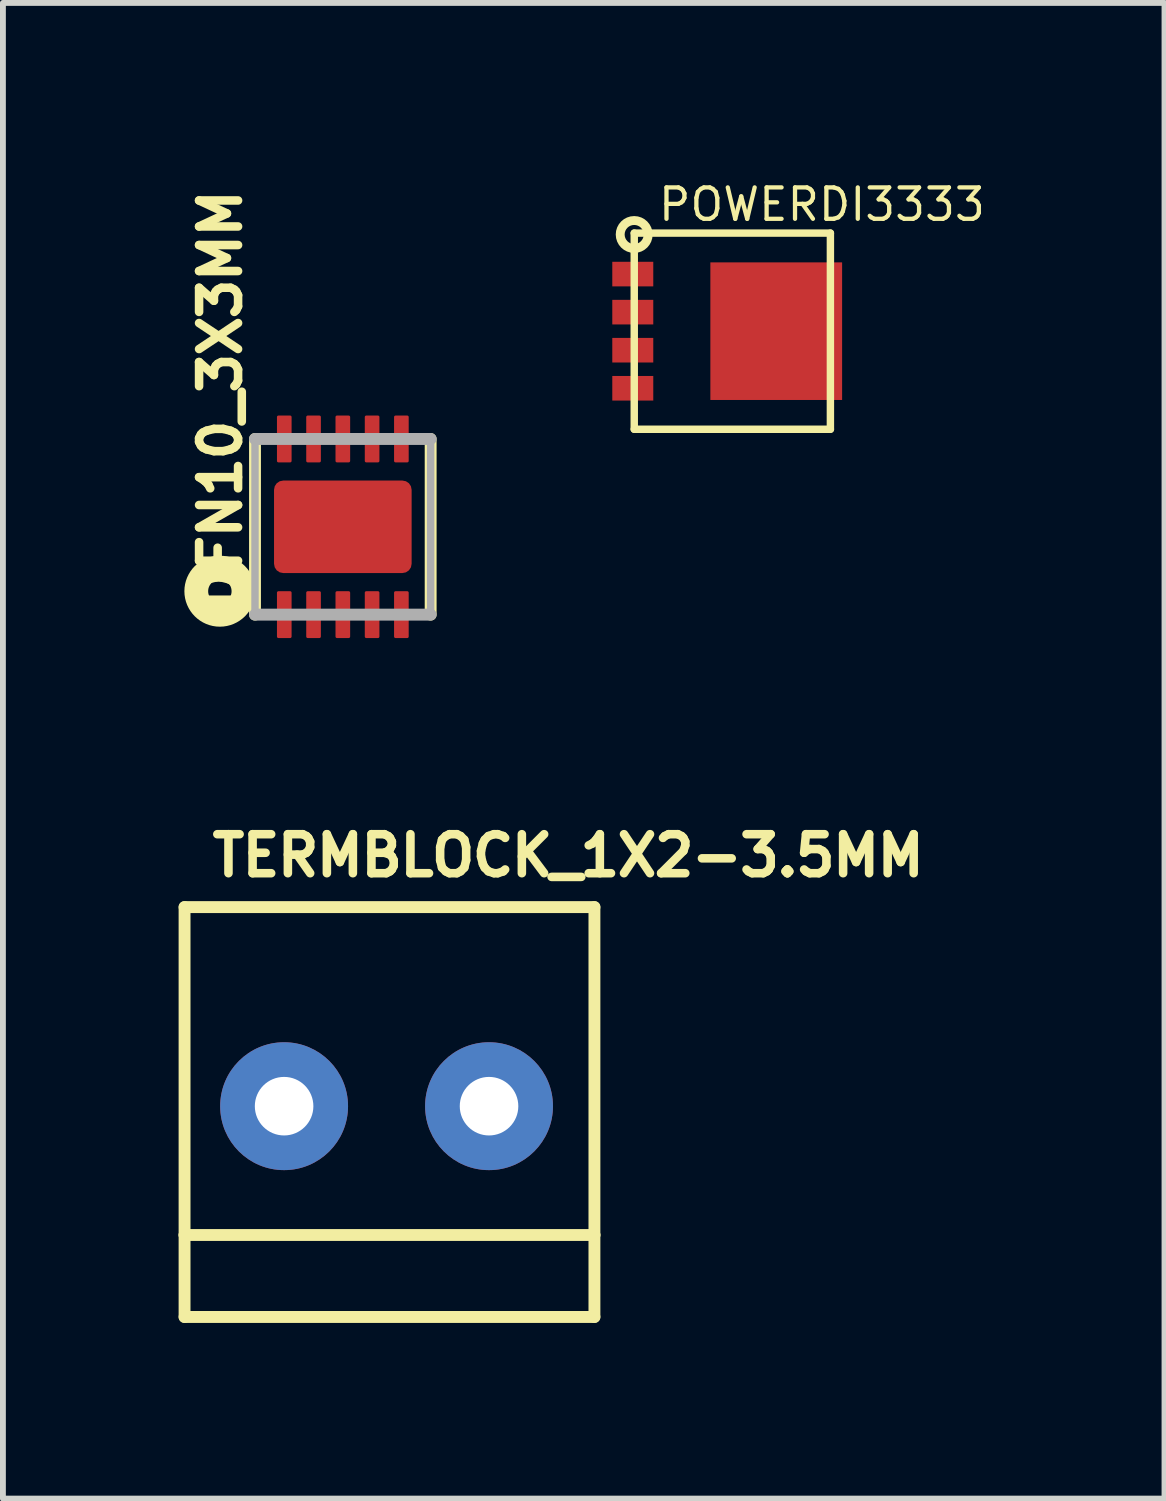
<source format=kicad_pcb>
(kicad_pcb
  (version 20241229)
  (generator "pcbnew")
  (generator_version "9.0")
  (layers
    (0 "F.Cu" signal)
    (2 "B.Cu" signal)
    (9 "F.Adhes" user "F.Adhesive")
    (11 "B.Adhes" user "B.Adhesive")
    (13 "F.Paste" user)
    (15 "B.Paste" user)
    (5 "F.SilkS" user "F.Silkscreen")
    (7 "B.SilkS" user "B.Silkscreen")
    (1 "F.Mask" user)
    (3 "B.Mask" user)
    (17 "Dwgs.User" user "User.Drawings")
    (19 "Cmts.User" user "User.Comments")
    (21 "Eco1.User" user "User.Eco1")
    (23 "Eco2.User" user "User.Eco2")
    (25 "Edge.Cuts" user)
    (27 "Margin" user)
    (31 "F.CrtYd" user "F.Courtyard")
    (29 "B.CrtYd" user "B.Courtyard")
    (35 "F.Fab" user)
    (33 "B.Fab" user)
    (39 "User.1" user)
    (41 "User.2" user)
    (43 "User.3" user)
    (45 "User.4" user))
  (footprint "DFN10_3X3MM"
    (layer "F.Cu")
    (at 2.805 5.947)
    (property "Reference" "DFN10_3X3MM" (at -1.7 1.5 90) (unlocked yes) (layer "F.SilkS") (effects (font (size 0.666 0.666) (thickness 0.146)) (justify left bottom)))
    (fp_line (start -1.5 -1.5) (end -1.5 1.5) (stroke (width 0.203) (type solid)) (layer "F.SilkS"))
    (fp_line (start 1.5 -1.5) (end 1.5 1.5) (stroke (width 0.203) (type solid)) (layer "F.SilkS"))
    (fp_circle (center -2.1 1.1) (end -1.9 1.1) (stroke (width 0.406) (type solid)) (fill no) (layer "F.SilkS"))
    (fp_poly (pts (xy -1 -0.1) (xy -0.5 -0.1) (xy -0.5 -0.6) (xy -1 -0.6)) (stroke (width 0) (type default)) (fill yes) (layer "F.Paste"))
    (fp_poly (pts (xy -1 0.6) (xy -0.5 0.6) (xy -0.5 0.1) (xy -1 0.1)) (stroke (width 0) (type default)) (fill yes) (layer "F.Paste"))
    (fp_poly (pts (xy -0.3 0.6) (xy 0.3 0.6) (xy 0.3 -0.6) (xy -0.3 -0.6)) (stroke (width 0) (type default)) (fill yes) (layer "F.Paste"))
    (fp_poly (pts (xy 0.5 -0.1) (xy 1 -0.1) (xy 1 -0.6) (xy 0.5 -0.6)) (stroke (width 0) (type default)) (fill yes) (layer "F.Paste"))
    (fp_poly (pts (xy 0.5 0.6) (xy 1 0.6) (xy 1 0.1) (xy 0.5 0.1)) (stroke (width 0) (type default)) (fill yes) (layer "F.Paste"))
    (fp_line (start -1.5 -1.5) (end 1.5 -1.5) (stroke (width 0.203) (type solid)) (layer "F.Fab"))
    (fp_line (start -1.5 1.5) (end -1.5 -1.5) (stroke (width 0.127) (type solid)) (layer "F.Fab"))
    (fp_line (start 1.5 -1.5) (end 1.5 1.5) (stroke (width 0.127) (type solid)) (layer "F.Fab"))
    (fp_line (start 1.5 1.5) (end -1.5 1.5) (stroke (width 0.203) (type solid)) (layer "F.Fab"))
    (pad "1" smd roundrect (at -1 1.5) (size 0.25 0.8) (layers "F.Cu" "F.Mask" "F.Paste") (roundrect_rratio 0.1))
    (pad "2" smd roundrect (at -0.5 1.5) (size 0.25 0.8) (layers "F.Cu" "F.Mask" "F.Paste") (roundrect_rratio 0.1))
    (pad "3" smd roundrect (at 0 1.5) (size 0.25 0.8) (layers "F.Cu" "F.Mask" "F.Paste") (roundrect_rratio 0.1))
    (pad "4" smd roundrect (at 0.5 1.5) (size 0.25 0.8) (layers "F.Cu" "F.Mask" "F.Paste") (roundrect_rratio 0.1))
    (pad "5" smd roundrect (at 1 1.5) (size 0.25 0.8) (layers "F.Cu" "F.Mask" "F.Paste") (roundrect_rratio 0.1))
    (pad "6" smd roundrect (at 1 -1.5) (size 0.25 0.8) (layers "F.Cu" "F.Mask" "F.Paste") (roundrect_rratio 0.1))
    (pad "7" smd roundrect (at 0.5 -1.5) (size 0.25 0.8) (layers "F.Cu" "F.Mask" "F.Paste") (roundrect_rratio 0.1))
    (pad "8" smd roundrect (at 0 -1.5) (size 0.25 0.8) (layers "F.Cu" "F.Mask" "F.Paste") (roundrect_rratio 0.1))
    (pad "9" smd roundrect (at -0.5 -1.5) (size 0.25 0.8) (layers "F.Cu" "F.Mask" "F.Paste") (roundrect_rratio 0.1))
    (pad "10" smd roundrect (at -1 -1.5) (size 0.25 0.8) (layers "F.Cu" "F.Mask" "F.Paste") (roundrect_rratio 0.1))
    (pad "GND" smd roundrect (at 0 0) (size 2.35 1.58) (layers "F.Cu" "F.Mask") (roundrect_rratio 0.1)))
  (footprint "TERMBLOCK_1X2-3.5MM"
    (layer "F.Cu")
    (at 3.502 15.842)
    (property "Reference" "TERMBLOCK_1X2-3.5MM" (at -3 -3.89 0) (unlocked yes) (layer "F.SilkS") (effects (font (size 0.666 0.666) (thickness 0.146)) (justify left bottom)))
    (fp_line (start -3.4 -3.4) (end -3.4 2.2) (stroke (width 0.203) (type solid)) (layer "F.SilkS"))
    (fp_line (start -3.4 2.2) (end -3.4 3.6) (stroke (width 0.203) (type solid)) (layer "F.SilkS"))
    (fp_line (start -3.4 2.2) (end 3.6 2.2) (stroke (width 0.203) (type solid)) (layer "F.SilkS"))
    (fp_line (start -3.4 3.6) (end 3.6 3.6) (stroke (width 0.203) (type solid)) (layer "F.SilkS"))
    (fp_line (start 3.6 -3.4) (end -3.4 -3.4) (stroke (width 0.203) (type solid)) (layer "F.SilkS"))
    (fp_line (start 3.6 2.2) (end 3.6 -3.4) (stroke (width 0.203) (type solid)) (layer "F.SilkS"))
    (fp_line (start 3.6 3.6) (end 3.6 2.2) (stroke (width 0.203) (type solid)) (layer "F.SilkS"))
    (pad "1" thru_hole circle (at 1.8 0) (size 2.184 2.184) (drill 1) (layers "*.Cu" "*.Mask"))
    (pad "2" thru_hole circle (at -1.7 0) (size 2.184 2.184) (drill 1) (layers "*.Cu" "*.Mask")))
  (footprint "POWERDI3333"
    (layer "F.Cu")
    (at 9.203 2.606)
    (property "Reference" "POWERDI3333" (at -1.046 -1.85 0) (unlocked yes) (layer "F.SilkS") (effects (font (size 0.536 0.536) (thickness 0.073)) (justify left bottom)))
    (fp_line (start -1.421 -1.675) (end 1.929 -1.675) (stroke (width 0.127) (type solid)) (layer "F.SilkS"))
    (fp_line (start -1.421 1.675) (end -1.421 -1.675) (stroke (width 0.127) (type solid)) (layer "F.SilkS"))
    (fp_line (start 1.929 -1.675) (end 1.929 1.675) (stroke (width 0.127) (type solid)) (layer "F.SilkS"))
    (fp_line (start 1.929 1.675) (end -1.421 1.675) (stroke (width 0.127) (type solid)) (layer "F.SilkS"))
    (fp_circle (center -1.422 -1.651) (end -1.183 -1.651) (stroke (width 0.152) (type solid)) (fill no) (layer "F.SilkS"))
    (fp_poly (pts (xy 1.054 -1.15) (xy 1.054 -0.7) (xy 2.104 -0.7) (xy 2.104 -1.15)) (stroke (width 0) (type default)) (fill yes) (layer "F.Paste"))
    (fp_poly (pts (xy 1.054 -0.55) (xy 1.054 -0.1) (xy 2.104 -0.1) (xy 2.104 -0.55)) (stroke (width 0) (type default)) (fill yes) (layer "F.Paste"))
    (fp_poly (pts (xy 1.054 0.1) (xy 1.054 0.55) (xy 2.104 0.55) (xy 2.104 0.1)) (stroke (width 0) (type default)) (fill yes) (layer "F.Paste"))
    (fp_poly (pts (xy 1.054 0.7) (xy 1.054 1.15) (xy 2.104 1.15) (xy 2.104 0.7)) (stroke (width 0) (type default)) (fill yes) (layer "F.Paste"))
    (pad "1" smd rect (at -1.446 -0.975) (size 0.7 0.42) (layers "F.Cu" "F.Mask" "F.Paste"))
    (pad "2" smd rect (at -1.446 -0.325) (size 0.7 0.42) (layers "F.Cu" "F.Mask" "F.Paste"))
    (pad "3" smd rect (at -1.446 0.325) (size 0.7 0.42) (layers "F.Cu" "F.Mask" "F.Paste"))
    (pad "4" smd rect (at -1.446 0.975) (size 0.7 0.42) (layers "F.Cu" "F.Mask" "F.Paste"))
    (pad "5678" smd rect (at 1.004 0 270) (size 2.35 2.25) (layers "F.Cu" "F.Mask" "F.Paste")))
  (gr_rect
    (start -3 -3)
    (end 16.838 22.544)
    (stroke (width 0.1) (type default))
    (fill no)
    (layer "Edge.Cuts")))
</source>
